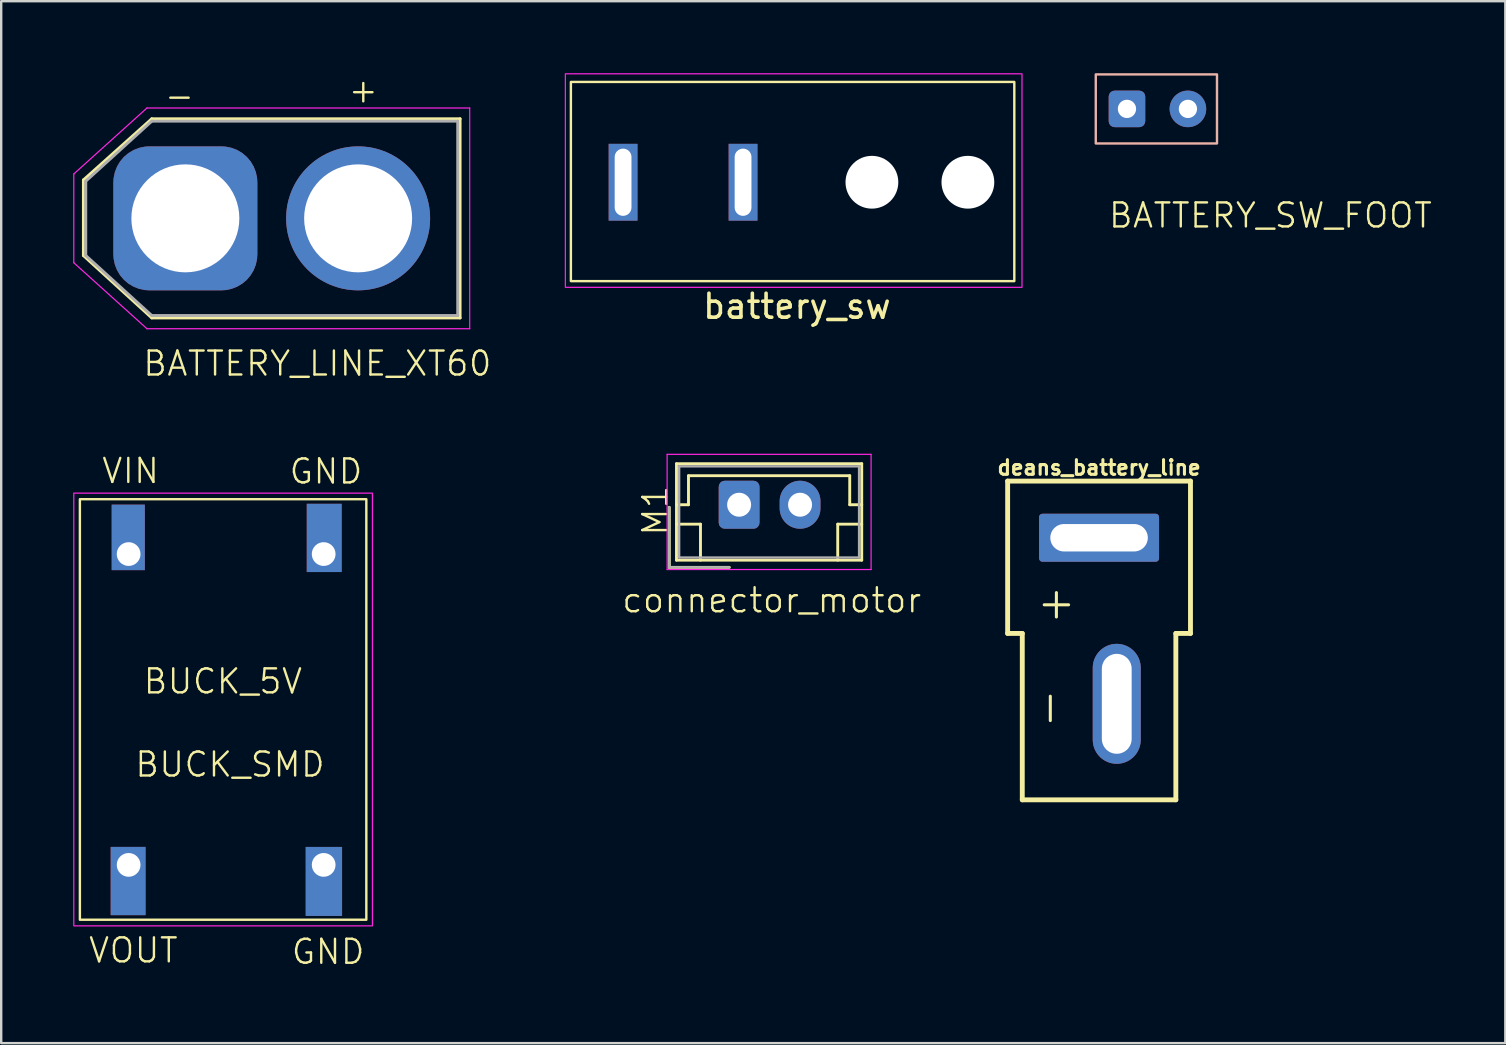
<source format=kicad_pcb>
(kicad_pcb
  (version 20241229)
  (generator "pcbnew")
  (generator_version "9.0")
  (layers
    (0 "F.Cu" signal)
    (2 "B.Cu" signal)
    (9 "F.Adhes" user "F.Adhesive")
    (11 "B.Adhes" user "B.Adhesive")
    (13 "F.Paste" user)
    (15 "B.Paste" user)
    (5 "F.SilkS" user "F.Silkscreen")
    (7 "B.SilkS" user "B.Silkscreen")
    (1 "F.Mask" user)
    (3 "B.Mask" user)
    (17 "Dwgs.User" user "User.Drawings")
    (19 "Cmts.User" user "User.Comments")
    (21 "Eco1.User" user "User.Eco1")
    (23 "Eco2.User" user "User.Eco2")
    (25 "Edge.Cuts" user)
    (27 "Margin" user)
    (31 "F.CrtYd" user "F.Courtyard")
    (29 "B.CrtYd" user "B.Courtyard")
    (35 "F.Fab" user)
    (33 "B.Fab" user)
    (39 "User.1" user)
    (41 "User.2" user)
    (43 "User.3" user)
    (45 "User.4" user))
  (footprint "BATTERY_SW_FOOT"
    (layer "F.Cu")
    (at 49.897 6.428)
    (property "Reference" "BATTERY_SW_FOOT" (at 0 -0.5 0) (unlocked yes) (layer "F.SilkS") (effects (font (size 1 1) (thickness 0.1))))
    (attr through_hole)
    (fp_rect (start -7.28 -6.378) (end -2.228 -3.5) (stroke (width 0.1) (type default)) (fill no) (layer "B.SilkS"))
    (pad "1" thru_hole roundrect (at -5.98 -4.94 90) (size 1.524 1.524) (drill 0.762) (layers "*.Cu" "*.Mask") (roundrect_rratio 0.164))
    (pad "2" thru_hole circle (at -3.44 -4.94 90) (size 1.524 1.524) (drill 0.762) (layers "*.Cu" "*.Mask")))
  (footprint "BUCK_SMD"
    (layer "F.Cu")
    (at 19.575 30.081)
    (property "Reference" "BUCK_SMD" (at -13.04 -1.27 0) (unlocked yes) (layer "F.SilkS") (effects (font (size 1 1) (thickness 0.1))))
    (attr through_hole)
    (fp_rect (start -19.296 -12.326) (end -7.358 5.2) (stroke (width 0.1) (type default)) (fill no) (layer "F.SilkS"))
    (fp_rect (start -19.55 -12.58) (end -7.104 5.454) (stroke (width 0.05) (type default)) (fill no) (layer "F.CrtYd"))
    (fp_text user "BUCK_5V" (at -16.71 -4.15 0) (unlocked yes) (layer "F.SilkS") (effects (font (size 1 1) (thickness 0.1)) (justify left bottom)))
    (fp_text user "GND" (at -10.54 7.12 0) (unlocked yes) (layer "F.SilkS") (effects (font (size 1 1) (thickness 0.1)) (justify left bottom)))
    (fp_text user "VIN" (at -18.44 -12.92 0) (unlocked yes) (layer "F.SilkS") (effects (font (size 1 1) (thickness 0.1)) (justify left bottom)))
    (fp_text user "GND" (at -10.63 -12.9 0) (unlocked yes) (layer "F.SilkS") (effects (font (size 1 1) (thickness 0.1)) (justify left bottom)))
    (fp_text user "VOUT" (at -18.99 7.06 0) (unlocked yes) (layer "F.SilkS") (effects (font (size 1 1) (thickness 0.1)) (justify left bottom)))
    (pad "1" thru_hole rect (at -17.264 -10.04) (size 1.38 2.73) (drill 0.99 (offset -0.016 -0.695)) (property pad_prop_castellated) (layers "*.Cu" "*.Mask"))
    (pad "2" thru_hole rect (at -17.264 2.914) (size 1.453 2.845) (drill 0.99 (offset -0.022 0.673)) (layers "*.Cu" "*.Mask"))
    (pad "3" thru_hole rect (at -9.136 -10.04 180) (size 1.453 2.845) (drill 0.99 (offset -0.022 0.673)) (layers "*.Cu" "*.Mask"))
    (pad "4" thru_hole rect (at -9.136 2.914) (size 1.515 2.875) (drill 0.99 (offset 0.009 0.689)) (layers "*.Cu" "*.Mask")))
  (footprint "deans_battery_line"
    (layer "F.Cu")
    (at 42.754 19.361)
    (property "Reference" "deans_battery_line" (at 0 -2.921 0) (layer "F.SilkS") (effects (font (size 0.61 0.61) (thickness 0.127))))
    (attr exclude_from_pos_files exclude_from_bom)
    (fp_line (start -3.81 -2.362) (end 3.81 -2.362) (stroke (width 0.203) (type solid)) (layer "F.SilkS"))
    (fp_line (start -3.81 3.988) (end -3.81 -2.362) (stroke (width 0.203) (type solid)) (layer "F.SilkS"))
    (fp_line (start -3.81 3.988) (end -3.2 3.988) (stroke (width 0.203) (type solid)) (layer "F.SilkS"))
    (fp_line (start -3.2 10.922) (end -3.2 3.988) (stroke (width 0.203) (type solid)) (layer "F.SilkS"))
    (fp_line (start -3.2 10.922) (end 3.2 10.922) (stroke (width 0.203) (type solid)) (layer "F.SilkS"))
    (fp_line (start -2.286 2.794) (end -1.27 2.794) (stroke (width 0.127) (type solid)) (layer "F.SilkS"))
    (fp_line (start -2.032 7.62) (end -2.032 6.604) (stroke (width 0.127) (type solid)) (layer "F.SilkS"))
    (fp_line (start -1.778 2.286) (end -1.778 3.302) (stroke (width 0.127) (type solid)) (layer "F.SilkS"))
    (fp_line (start 3.2 3.988) (end 3.81 3.988) (stroke (width 0.203) (type solid)) (layer "F.SilkS"))
    (fp_line (start 3.2 10.922) (end 3.2 3.988) (stroke (width 0.203) (type solid)) (layer "F.SilkS"))
    (fp_line (start 3.81 3.988) (end 3.81 -2.362) (stroke (width 0.203) (type solid)) (layer "F.SilkS"))
    (pad "1" thru_hole roundrect (at 0 0 90) (size 2 5) (drill oval 1.143 4.064) (layers "*.Cu" "*.Mask") (roundrect_rratio 0.07))
    (pad "2" thru_hole oval (at 0.737 6.921 180) (size 2 5) (drill oval 1.243 4.164) (layers "*.Cu" "*.Mask")))
  (footprint "battery_sw"
    (layer "F.Cu")
    (at 30.102 4.545)
    (property "Reference" "battery_sw" (at 0.06 5.17 0) (layer "F.SilkS") (effects (font (size 1 1) (thickness 0.15))))
    (fp_rect (start -9.36 -4.18) (end 9.12 4.12) (stroke (width 0.1) (type default)) (fill no) (layer "F.SilkS"))
    (fp_rect (start -9.59 -4.52) (end 9.44 4.38) (stroke (width 0.05) (type default)) (fill no) (layer "F.CrtYd"))
    (pad "" np_thru_hole circle (at 3.185 0) (size 2.2 2.2) (drill 2.2) (layers "*.Cu" "*.Mask"))
    (pad "" np_thru_hole circle (at 7.185 0) (size 2.2 2.2) (drill 2.2) (layers "*.Cu" "*.Mask"))
    (pad "1" thru_hole rect (at -2.185 0) (size 1.2 3.2) (drill oval 0.7 2.8) (layers "*.Cu" "*.Mask"))
    (pad "2" thru_hole rect (at -7.185 0) (size 1.2 3.2) (drill oval 0.7 2.8) (layers "*.Cu" "*.Mask")))
  (footprint "BATTERY_LINE_XT60"
    (layer "F.Cu")
    (at 10.175 12.6)
    (property "Reference" "BATTERY_LINE_XT60" (at 0 -0.5 0) (unlocked yes) (layer "F.SilkS") (effects (font (size 1 1) (thickness 0.1))))
    (attr through_hole)
    (fp_line (start -9.75 -8.15) (end -9.75 -5) (stroke (width 0.12) (type solid)) (layer "F.SilkS"))
    (fp_line (start -9.75 -5) (end -6.9 -2.4) (stroke (width 0.12) (type solid)) (layer "F.SilkS"))
    (fp_line (start -6.9 -10.7) (end -9.75 -8.15) (stroke (width 0.12) (type solid)) (layer "F.SilkS"))
    (fp_line (start -6.9 -2.4) (end 5.95 -2.4) (stroke (width 0.12) (type solid)) (layer "F.SilkS"))
    (fp_line (start 5.95 -10.7) (end -6.9 -10.7) (stroke (width 0.12) (type solid)) (layer "F.SilkS"))
    (fp_line (start 5.95 -2.4) (end 5.95 -10.7) (stroke (width 0.12) (type solid)) (layer "F.SilkS"))
    (fp_line (start -10.15 -8.4) (end -7.1 -11.15) (stroke (width 0.05) (type solid)) (layer "F.CrtYd"))
    (fp_line (start -10.15 -4.7) (end -10.15 -8.4) (stroke (width 0.05) (type solid)) (layer "F.CrtYd"))
    (fp_line (start -7.1 -11.15) (end 6.35 -11.15) (stroke (width 0.05) (type solid)) (layer "F.CrtYd"))
    (fp_line (start -7.1 -1.95) (end -10.15 -4.7) (stroke (width 0.05) (type solid)) (layer "F.CrtYd"))
    (fp_line (start 6.35 -11.15) (end 6.35 -1.95) (stroke (width 0.05) (type solid)) (layer "F.CrtYd"))
    (fp_line (start 6.35 -1.95) (end -7.1 -1.95) (stroke (width 0.05) (type solid)) (layer "F.CrtYd"))
    (fp_line (start -9.65 -8.1) (end -9.65 -5) (stroke (width 0.12) (type solid)) (layer "F.Fab"))
    (fp_line (start -9.65 -5) (end -6.9 -2.5) (stroke (width 0.12) (type solid)) (layer "F.Fab"))
    (fp_line (start -6.9 -10.6) (end -9.65 -8.1) (stroke (width 0.12) (type solid)) (layer "F.Fab"))
    (fp_line (start -6.9 -2.5) (end 5.85 -2.5) (stroke (width 0.12) (type solid)) (layer "F.Fab"))
    (fp_line (start 5.85 -10.6) (end -6.9 -10.6) (stroke (width 0.12) (type solid)) (layer "F.Fab"))
    (fp_line (start 5.85 -2.5) (end 5.85 -10.6) (stroke (width 0.12) (type solid)) (layer "F.Fab"))
    (fp_text user "+" (at 1.23 -11.3 0) (unlocked yes) (layer "F.SilkS") (effects (font (size 1 1) (thickness 0.1)) (justify left bottom)))
    (fp_text user "-" (at -6.43 -11.07 0) (unlocked yes) (layer "F.SilkS") (effects (font (size 1 1) (thickness 0.1)) (justify left bottom)))
    (pad "1" thru_hole circle (at 1.7 -6.55) (size 6 6) (drill 4.5) (layers "*.Cu" "*.Mask"))
    (pad "2" thru_hole roundrect (at -5.5 -6.55) (size 6 6) (drill 4.5) (layers "*.Cu" "*.Mask") (roundrect_rratio 0.25)))
  (footprint "connector_motor"
    (layer "F.Cu")
    (at 29.113 22.465)
    (property "Reference" "connector_motor" (at 0 -0.5 0) (unlocked yes) (layer "F.SilkS") (effects (font (size 1 1) (thickness 0.1))))
    (attr through_hole)
    (fp_line (start -4.27 -4.37) (end -4.27 -1.87) (stroke (width 0.12) (type solid)) (layer "F.SilkS"))
    (fp_line (start -4.27 -1.87) (end -1.77 -1.87) (stroke (width 0.12) (type solid)) (layer "F.SilkS"))
    (fp_line (start -3.97 -6.19) (end -3.97 -2.17) (stroke (width 0.12) (type solid)) (layer "F.SilkS"))
    (fp_line (start -3.97 -4.48) (end -3.47 -4.48) (stroke (width 0.12) (type solid)) (layer "F.SilkS"))
    (fp_line (start -3.97 -3.67) (end -2.97 -3.67) (stroke (width 0.12) (type solid)) (layer "F.SilkS"))
    (fp_line (start -3.97 -2.17) (end 3.75 -2.17) (stroke (width 0.12) (type solid)) (layer "F.SilkS"))
    (fp_line (start -3.47 -5.69) (end 3.25 -5.69) (stroke (width 0.12) (type solid)) (layer "F.SilkS"))
    (fp_line (start -3.47 -4.48) (end -3.47 -5.69) (stroke (width 0.12) (type solid)) (layer "F.SilkS"))
    (fp_line (start -2.97 -3.67) (end -2.97 -2.17) (stroke (width 0.12) (type solid)) (layer "F.SilkS"))
    (fp_line (start 2.75 -3.67) (end 2.75 -2.17) (stroke (width 0.12) (type solid)) (layer "F.SilkS"))
    (fp_line (start 3.25 -5.69) (end 3.25 -4.48) (stroke (width 0.12) (type solid)) (layer "F.SilkS"))
    (fp_line (start 3.25 -4.48) (end 3.75 -4.48) (stroke (width 0.12) (type solid)) (layer "F.SilkS"))
    (fp_line (start 3.75 -6.19) (end -3.97 -6.19) (stroke (width 0.12) (type solid)) (layer "F.SilkS"))
    (fp_line (start 3.75 -3.67) (end 2.75 -3.67) (stroke (width 0.12) (type solid)) (layer "F.SilkS"))
    (fp_line (start 3.75 -2.17) (end 3.75 -6.19) (stroke (width 0.12) (type solid)) (layer "F.SilkS"))
    (fp_line (start -4.36 -6.58) (end -4.36 -1.78) (stroke (width 0.05) (type solid)) (layer "F.CrtYd"))
    (fp_line (start -4.36 -1.78) (end 4.14 -1.78) (stroke (width 0.05) (type solid)) (layer "F.CrtYd"))
    (fp_line (start 4.14 -6.58) (end -4.36 -6.58) (stroke (width 0.05) (type solid)) (layer "F.CrtYd"))
    (fp_line (start 4.14 -1.78) (end 4.14 -6.58) (stroke (width 0.05) (type solid)) (layer "F.CrtYd"))
    (fp_line (start -4.27 -4.37) (end -4.27 -1.87) (stroke (width 0.1) (type solid)) (layer "F.Fab"))
    (fp_line (start -4.27 -1.87) (end -1.77 -1.87) (stroke (width 0.1) (type solid)) (layer "F.Fab"))
    (fp_line (start -3.86 -6.08) (end -3.86 -2.28) (stroke (width 0.1) (type solid)) (layer "F.Fab"))
    (fp_line (start -3.86 -2.28) (end 3.64 -2.28) (stroke (width 0.1) (type solid)) (layer "F.Fab"))
    (fp_line (start 3.64 -6.08) (end -3.86 -6.08) (stroke (width 0.1) (type solid)) (layer "F.Fab"))
    (fp_line (start 3.64 -2.28) (end 3.64 -6.08) (stroke (width 0.1) (type solid)) (layer "F.Fab"))
    (fp_text user "M1" (at -4.27 -3.12 90) (unlocked yes) (layer "F.SilkS") (effects (font (size 1 1) (thickness 0.1)) (justify left bottom)))
    (pad "1" thru_hole roundrect (at -1.36 -4.48) (size 1.7 2) (drill 1) (layers "*.Cu" "*.Mask") (roundrect_rratio 0.147))
    (pad "2" thru_hole oval (at 1.18 -4.48) (size 1.7 2) (drill 1) (layers "*.Cu" "*.Mask")))
  (gr_rect
    (start -3 -3)
    (end 59.685 40.422)
    (stroke (width 0.1) (type default))
    (fill no)
    (layer "Edge.Cuts")))
</source>
